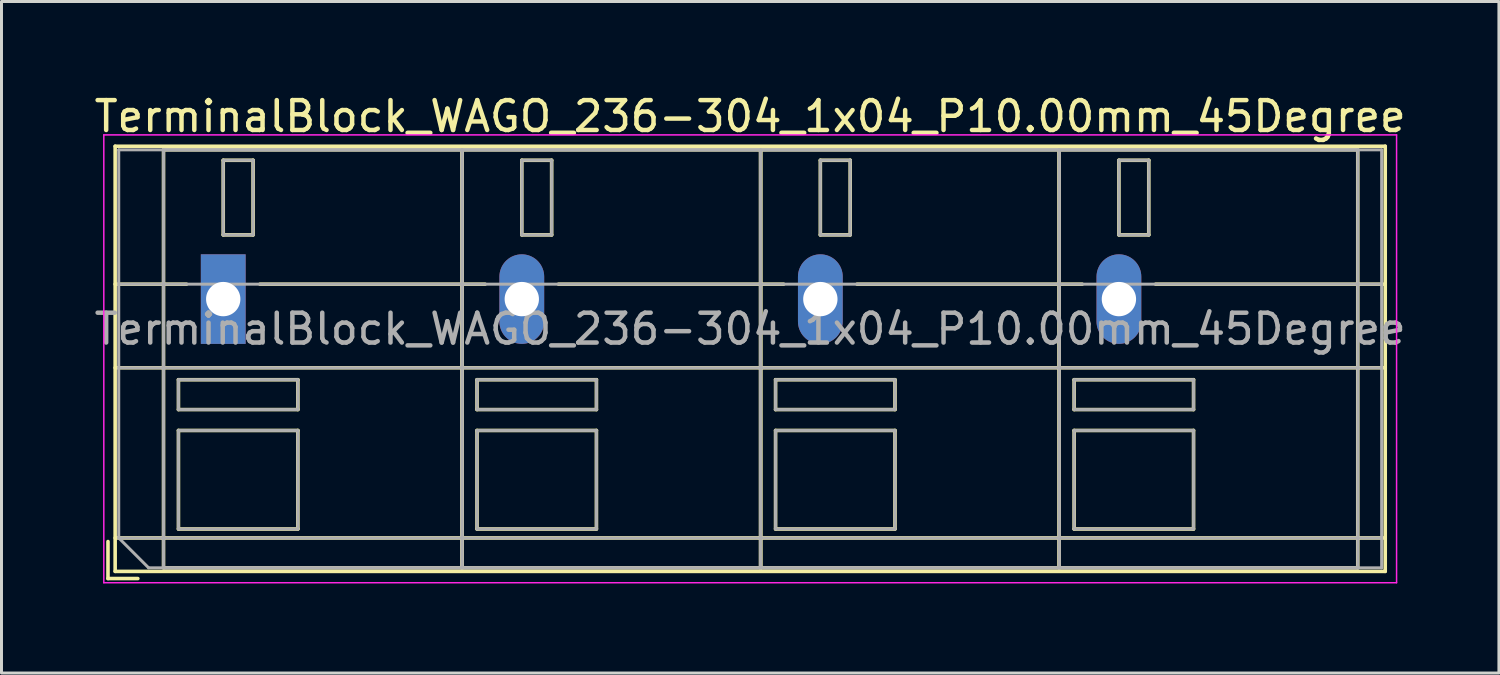
<source format=kicad_pcb>
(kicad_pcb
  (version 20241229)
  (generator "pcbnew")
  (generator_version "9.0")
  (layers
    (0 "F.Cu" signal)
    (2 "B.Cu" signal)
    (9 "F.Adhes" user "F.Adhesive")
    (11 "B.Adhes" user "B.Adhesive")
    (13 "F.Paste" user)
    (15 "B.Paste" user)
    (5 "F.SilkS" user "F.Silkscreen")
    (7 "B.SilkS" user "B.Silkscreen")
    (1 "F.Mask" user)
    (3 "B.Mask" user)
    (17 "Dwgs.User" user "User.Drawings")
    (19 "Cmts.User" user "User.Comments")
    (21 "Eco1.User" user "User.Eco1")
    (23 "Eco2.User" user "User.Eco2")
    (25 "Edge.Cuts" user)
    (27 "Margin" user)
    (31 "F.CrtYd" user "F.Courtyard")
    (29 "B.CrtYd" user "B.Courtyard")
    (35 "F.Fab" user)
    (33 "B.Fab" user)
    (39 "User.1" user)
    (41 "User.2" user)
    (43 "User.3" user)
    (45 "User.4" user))
  (footprint "TerminalBlock_WAGO_236-304_1x04_P10.00mm_45Degree"
    (layer "F.Cu")
    (at 4.427 6.968)
    (property "Reference" "TerminalBlock_WAGO_236-304_1x04_P10.00mm_45Degree" (at 17.65 -6.12 0) (layer "F.SilkS") (effects (font (size 1 1) (thickness 0.15))))
    (attr through_hole)
    (fp_line (start -3.86 8.12) (end -3.86 9.36) (stroke (width 0.12) (type solid)) (layer "F.SilkS"))
    (fp_line (start -3.86 9.36) (end -2.86 9.36) (stroke (width 0.12) (type solid)) (layer "F.SilkS"))
    (fp_line (start -3.62 -5.12) (end -3.62 9.12) (stroke (width 0.12) (type solid)) (layer "F.SilkS"))
    (fp_line (start -3.62 -5.12) (end 38.92 -5.12) (stroke (width 0.12) (type solid)) (layer "F.SilkS"))
    (fp_line (start -3.62 -0.5) (end -1.23 -0.5) (stroke (width 0.12) (type solid)) (layer "F.SilkS"))
    (fp_line (start -3.62 2.3) (end 38.92 2.3) (stroke (width 0.12) (type solid)) (layer "F.SilkS"))
    (fp_line (start -3.62 8) (end 38.92 8) (stroke (width 0.12) (type solid)) (layer "F.SilkS"))
    (fp_line (start -3.62 9.12) (end 38.92 9.12) (stroke (width 0.12) (type solid)) (layer "F.SilkS"))
    (fp_line (start -2 -5) (end -2 9) (stroke (width 0.12) (type solid)) (layer "F.SilkS"))
    (fp_line (start -2 -5) (end 8 -5) (stroke (width 0.12) (type solid)) (layer "F.SilkS"))
    (fp_line (start -2 9) (end 8 9) (stroke (width 0.12) (type solid)) (layer "F.SilkS"))
    (fp_line (start -1.5 2.7) (end -1.5 3.7) (stroke (width 0.12) (type solid)) (layer "F.SilkS"))
    (fp_line (start -1.5 2.7) (end 2.5 2.7) (stroke (width 0.12) (type solid)) (layer "F.SilkS"))
    (fp_line (start -1.5 3.7) (end 2.5 3.7) (stroke (width 0.12) (type solid)) (layer "F.SilkS"))
    (fp_line (start -1.5 4.4) (end -1.5 7.7) (stroke (width 0.12) (type solid)) (layer "F.SilkS"))
    (fp_line (start -1.5 4.4) (end 2.5 4.4) (stroke (width 0.12) (type solid)) (layer "F.SilkS"))
    (fp_line (start -1.5 7.7) (end 2.5 7.7) (stroke (width 0.12) (type solid)) (layer "F.SilkS"))
    (fp_line (start 0 -4.65) (end 0 -2.151) (stroke (width 0.12) (type solid)) (layer "F.SilkS"))
    (fp_line (start 0 -4.65) (end 1 -4.65) (stroke (width 0.12) (type solid)) (layer "F.SilkS"))
    (fp_line (start 0 -2.151) (end 1 -2.151) (stroke (width 0.12) (type solid)) (layer "F.SilkS"))
    (fp_line (start 1 -4.65) (end 1 -2.151) (stroke (width 0.12) (type solid)) (layer "F.SilkS"))
    (fp_line (start 1.23 -0.5) (end 8.77 -0.5) (stroke (width 0.12) (type solid)) (layer "F.SilkS"))
    (fp_line (start 2.5 2.7) (end 2.5 3.7) (stroke (width 0.12) (type solid)) (layer "F.SilkS"))
    (fp_line (start 2.5 4.4) (end 2.5 7.7) (stroke (width 0.12) (type solid)) (layer "F.SilkS"))
    (fp_line (start 8 -5) (end 8 9) (stroke (width 0.12) (type solid)) (layer "F.SilkS"))
    (fp_line (start 8 -5) (end 8 9) (stroke (width 0.12) (type solid)) (layer "F.SilkS"))
    (fp_line (start 8 -5) (end 18 -5) (stroke (width 0.12) (type solid)) (layer "F.SilkS"))
    (fp_line (start 8 9) (end 18 9) (stroke (width 0.12) (type solid)) (layer "F.SilkS"))
    (fp_line (start 8.5 2.7) (end 8.5 3.7) (stroke (width 0.12) (type solid)) (layer "F.SilkS"))
    (fp_line (start 8.5 2.7) (end 12.5 2.7) (stroke (width 0.12) (type solid)) (layer "F.SilkS"))
    (fp_line (start 8.5 3.7) (end 12.5 3.7) (stroke (width 0.12) (type solid)) (layer "F.SilkS"))
    (fp_line (start 8.5 4.4) (end 8.5 7.7) (stroke (width 0.12) (type solid)) (layer "F.SilkS"))
    (fp_line (start 8.5 4.4) (end 12.5 4.4) (stroke (width 0.12) (type solid)) (layer "F.SilkS"))
    (fp_line (start 8.5 7.7) (end 12.5 7.7) (stroke (width 0.12) (type solid)) (layer "F.SilkS"))
    (fp_line (start 10 -4.65) (end 10 -2.151) (stroke (width 0.12) (type solid)) (layer "F.SilkS"))
    (fp_line (start 10 -4.65) (end 11 -4.65) (stroke (width 0.12) (type solid)) (layer "F.SilkS"))
    (fp_line (start 10 -2.151) (end 11 -2.151) (stroke (width 0.12) (type solid)) (layer "F.SilkS"))
    (fp_line (start 11 -4.65) (end 11 -2.151) (stroke (width 0.12) (type solid)) (layer "F.SilkS"))
    (fp_line (start 11.23 -0.5) (end 18.77 -0.5) (stroke (width 0.12) (type solid)) (layer "F.SilkS"))
    (fp_line (start 12.5 2.7) (end 12.5 3.7) (stroke (width 0.12) (type solid)) (layer "F.SilkS"))
    (fp_line (start 12.5 4.4) (end 12.5 7.7) (stroke (width 0.12) (type solid)) (layer "F.SilkS"))
    (fp_line (start 18 -5) (end 18 9) (stroke (width 0.12) (type solid)) (layer "F.SilkS"))
    (fp_line (start 18 -5) (end 18 9) (stroke (width 0.12) (type solid)) (layer "F.SilkS"))
    (fp_line (start 18 -5) (end 28 -5) (stroke (width 0.12) (type solid)) (layer "F.SilkS"))
    (fp_line (start 18 9) (end 28 9) (stroke (width 0.12) (type solid)) (layer "F.SilkS"))
    (fp_line (start 18.5 2.7) (end 18.5 3.7) (stroke (width 0.12) (type solid)) (layer "F.SilkS"))
    (fp_line (start 18.5 2.7) (end 22.5 2.7) (stroke (width 0.12) (type solid)) (layer "F.SilkS"))
    (fp_line (start 18.5 3.7) (end 22.5 3.7) (stroke (width 0.12) (type solid)) (layer "F.SilkS"))
    (fp_line (start 18.5 4.4) (end 18.5 7.7) (stroke (width 0.12) (type solid)) (layer "F.SilkS"))
    (fp_line (start 18.5 4.4) (end 22.5 4.4) (stroke (width 0.12) (type solid)) (layer "F.SilkS"))
    (fp_line (start 18.5 7.7) (end 22.5 7.7) (stroke (width 0.12) (type solid)) (layer "F.SilkS"))
    (fp_line (start 20 -4.65) (end 20 -2.151) (stroke (width 0.12) (type solid)) (layer "F.SilkS"))
    (fp_line (start 20 -4.65) (end 21 -4.65) (stroke (width 0.12) (type solid)) (layer "F.SilkS"))
    (fp_line (start 20 -2.151) (end 21 -2.151) (stroke (width 0.12) (type solid)) (layer "F.SilkS"))
    (fp_line (start 21 -4.65) (end 21 -2.151) (stroke (width 0.12) (type solid)) (layer "F.SilkS"))
    (fp_line (start 21.23 -0.5) (end 28.77 -0.5) (stroke (width 0.12) (type solid)) (layer "F.SilkS"))
    (fp_line (start 22.5 2.7) (end 22.5 3.7) (stroke (width 0.12) (type solid)) (layer "F.SilkS"))
    (fp_line (start 22.5 4.4) (end 22.5 7.7) (stroke (width 0.12) (type solid)) (layer "F.SilkS"))
    (fp_line (start 28 -5) (end 28 9) (stroke (width 0.12) (type solid)) (layer "F.SilkS"))
    (fp_line (start 28 -5) (end 28 9) (stroke (width 0.12) (type solid)) (layer "F.SilkS"))
    (fp_line (start 28 -5) (end 38 -5) (stroke (width 0.12) (type solid)) (layer "F.SilkS"))
    (fp_line (start 28 9) (end 38 9) (stroke (width 0.12) (type solid)) (layer "F.SilkS"))
    (fp_line (start 28.5 2.7) (end 28.5 3.7) (stroke (width 0.12) (type solid)) (layer "F.SilkS"))
    (fp_line (start 28.5 2.7) (end 32.5 2.7) (stroke (width 0.12) (type solid)) (layer "F.SilkS"))
    (fp_line (start 28.5 3.7) (end 32.5 3.7) (stroke (width 0.12) (type solid)) (layer "F.SilkS"))
    (fp_line (start 28.5 4.4) (end 28.5 7.7) (stroke (width 0.12) (type solid)) (layer "F.SilkS"))
    (fp_line (start 28.5 4.4) (end 32.5 4.4) (stroke (width 0.12) (type solid)) (layer "F.SilkS"))
    (fp_line (start 28.5 7.7) (end 32.5 7.7) (stroke (width 0.12) (type solid)) (layer "F.SilkS"))
    (fp_line (start 30 -4.65) (end 30 -2.151) (stroke (width 0.12) (type solid)) (layer "F.SilkS"))
    (fp_line (start 30 -4.65) (end 31 -4.65) (stroke (width 0.12) (type solid)) (layer "F.SilkS"))
    (fp_line (start 30 -2.151) (end 31 -2.151) (stroke (width 0.12) (type solid)) (layer "F.SilkS"))
    (fp_line (start 31 -4.65) (end 31 -2.151) (stroke (width 0.12) (type solid)) (layer "F.SilkS"))
    (fp_line (start 31.23 -0.5) (end 38.92 -0.5) (stroke (width 0.12) (type solid)) (layer "F.SilkS"))
    (fp_line (start 32.5 2.7) (end 32.5 3.7) (stroke (width 0.12) (type solid)) (layer "F.SilkS"))
    (fp_line (start 32.5 4.4) (end 32.5 7.7) (stroke (width 0.12) (type solid)) (layer "F.SilkS"))
    (fp_line (start 38 -5) (end 38 9) (stroke (width 0.12) (type solid)) (layer "F.SilkS"))
    (fp_line (start 38.92 -5.12) (end 38.92 9.12) (stroke (width 0.12) (type solid)) (layer "F.SilkS"))
    (fp_line (start -4 -5.5) (end -4 9.5) (stroke (width 0.05) (type solid)) (layer "F.CrtYd"))
    (fp_line (start -4 9.5) (end 39.3 9.5) (stroke (width 0.05) (type solid)) (layer "F.CrtYd"))
    (fp_line (start 39.3 -5.5) (end -4 -5.5) (stroke (width 0.05) (type solid)) (layer "F.CrtYd"))
    (fp_line (start 39.3 9.5) (end 39.3 -5.5) (stroke (width 0.05) (type solid)) (layer "F.CrtYd"))
    (fp_line (start -3.5 -5) (end 38.8 -5) (stroke (width 0.1) (type solid)) (layer "F.Fab"))
    (fp_line (start -3.5 -0.5) (end 38.8 -0.5) (stroke (width 0.1) (type solid)) (layer "F.Fab"))
    (fp_line (start -3.5 2.3) (end 38.8 2.3) (stroke (width 0.1) (type solid)) (layer "F.Fab"))
    (fp_line (start -3.5 8) (end -3.5 -5) (stroke (width 0.1) (type solid)) (layer "F.Fab"))
    (fp_line (start -3.5 8) (end 38.8 8) (stroke (width 0.1) (type solid)) (layer "F.Fab"))
    (fp_line (start -2.5 9) (end -3.5 8) (stroke (width 0.1) (type solid)) (layer "F.Fab"))
    (fp_line (start -2 -5) (end -2 9) (stroke (width 0.1) (type solid)) (layer "F.Fab"))
    (fp_line (start -2 9) (end 8 9) (stroke (width 0.1) (type solid)) (layer "F.Fab"))
    (fp_line (start -1.5 2.7) (end -1.5 3.7) (stroke (width 0.1) (type solid)) (layer "F.Fab"))
    (fp_line (start -1.5 3.7) (end 2.5 3.7) (stroke (width 0.1) (type solid)) (layer "F.Fab"))
    (fp_line (start -1.5 4.4) (end -1.5 7.7) (stroke (width 0.1) (type solid)) (layer "F.Fab"))
    (fp_line (start -1.5 7.7) (end 2.5 7.7) (stroke (width 0.1) (type solid)) (layer "F.Fab"))
    (fp_line (start 0 -4.65) (end 0 -2.15) (stroke (width 0.1) (type solid)) (layer "F.Fab"))
    (fp_line (start 0 -2.15) (end 1 -2.15) (stroke (width 0.1) (type solid)) (layer "F.Fab"))
    (fp_line (start 1 -4.65) (end 0 -4.65) (stroke (width 0.1) (type solid)) (layer "F.Fab"))
    (fp_line (start 1 -2.15) (end 1 -4.65) (stroke (width 0.1) (type solid)) (layer "F.Fab"))
    (fp_line (start 2.5 2.7) (end -1.5 2.7) (stroke (width 0.1) (type solid)) (layer "F.Fab"))
    (fp_line (start 2.5 3.7) (end 2.5 2.7) (stroke (width 0.1) (type solid)) (layer "F.Fab"))
    (fp_line (start 2.5 4.4) (end -1.5 4.4) (stroke (width 0.1) (type solid)) (layer "F.Fab"))
    (fp_line (start 2.5 7.7) (end 2.5 4.4) (stroke (width 0.1) (type solid)) (layer "F.Fab"))
    (fp_line (start 8 -5) (end -2 -5) (stroke (width 0.1) (type solid)) (layer "F.Fab"))
    (fp_line (start 8 -5) (end 8 9) (stroke (width 0.1) (type solid)) (layer "F.Fab"))
    (fp_line (start 8 9) (end 8 -5) (stroke (width 0.1) (type solid)) (layer "F.Fab"))
    (fp_line (start 8 9) (end 18 9) (stroke (width 0.1) (type solid)) (layer "F.Fab"))
    (fp_line (start 8.5 2.7) (end 8.5 3.7) (stroke (width 0.1) (type solid)) (layer "F.Fab"))
    (fp_line (start 8.5 3.7) (end 12.5 3.7) (stroke (width 0.1) (type solid)) (layer "F.Fab"))
    (fp_line (start 8.5 4.4) (end 8.5 7.7) (stroke (width 0.1) (type solid)) (layer "F.Fab"))
    (fp_line (start 8.5 7.7) (end 12.5 7.7) (stroke (width 0.1) (type solid)) (layer "F.Fab"))
    (fp_line (start 10 -4.65) (end 10 -2.15) (stroke (width 0.1) (type solid)) (layer "F.Fab"))
    (fp_line (start 10 -2.15) (end 11 -2.15) (stroke (width 0.1) (type solid)) (layer "F.Fab"))
    (fp_line (start 11 -4.65) (end 10 -4.65) (stroke (width 0.1) (type solid)) (layer "F.Fab"))
    (fp_line (start 11 -2.15) (end 11 -4.65) (stroke (width 0.1) (type solid)) (layer "F.Fab"))
    (fp_line (start 12.5 2.7) (end 8.5 2.7) (stroke (width 0.1) (type solid)) (layer "F.Fab"))
    (fp_line (start 12.5 3.7) (end 12.5 2.7) (stroke (width 0.1) (type solid)) (layer "F.Fab"))
    (fp_line (start 12.5 4.4) (end 8.5 4.4) (stroke (width 0.1) (type solid)) (layer "F.Fab"))
    (fp_line (start 12.5 7.7) (end 12.5 4.4) (stroke (width 0.1) (type solid)) (layer "F.Fab"))
    (fp_line (start 18 -5) (end 8 -5) (stroke (width 0.1) (type solid)) (layer "F.Fab"))
    (fp_line (start 18 -5) (end 18 9) (stroke (width 0.1) (type solid)) (layer "F.Fab"))
    (fp_line (start 18 9) (end 18 -5) (stroke (width 0.1) (type solid)) (layer "F.Fab"))
    (fp_line (start 18 9) (end 28 9) (stroke (width 0.1) (type solid)) (layer "F.Fab"))
    (fp_line (start 18.5 2.7) (end 18.5 3.7) (stroke (width 0.1) (type solid)) (layer "F.Fab"))
    (fp_line (start 18.5 3.7) (end 22.5 3.7) (stroke (width 0.1) (type solid)) (layer "F.Fab"))
    (fp_line (start 18.5 4.4) (end 18.5 7.7) (stroke (width 0.1) (type solid)) (layer "F.Fab"))
    (fp_line (start 18.5 7.7) (end 22.5 7.7) (stroke (width 0.1) (type solid)) (layer "F.Fab"))
    (fp_line (start 20 -4.65) (end 20 -2.15) (stroke (width 0.1) (type solid)) (layer "F.Fab"))
    (fp_line (start 20 -2.15) (end 21 -2.15) (stroke (width 0.1) (type solid)) (layer "F.Fab"))
    (fp_line (start 21 -4.65) (end 20 -4.65) (stroke (width 0.1) (type solid)) (layer "F.Fab"))
    (fp_line (start 21 -2.15) (end 21 -4.65) (stroke (width 0.1) (type solid)) (layer "F.Fab"))
    (fp_line (start 22.5 2.7) (end 18.5 2.7) (stroke (width 0.1) (type solid)) (layer "F.Fab"))
    (fp_line (start 22.5 3.7) (end 22.5 2.7) (stroke (width 0.1) (type solid)) (layer "F.Fab"))
    (fp_line (start 22.5 4.4) (end 18.5 4.4) (stroke (width 0.1) (type solid)) (layer "F.Fab"))
    (fp_line (start 22.5 7.7) (end 22.5 4.4) (stroke (width 0.1) (type solid)) (layer "F.Fab"))
    (fp_line (start 28 -5) (end 18 -5) (stroke (width 0.1) (type solid)) (layer "F.Fab"))
    (fp_line (start 28 -5) (end 28 9) (stroke (width 0.1) (type solid)) (layer "F.Fab"))
    (fp_line (start 28 9) (end 28 -5) (stroke (width 0.1) (type solid)) (layer "F.Fab"))
    (fp_line (start 28 9) (end 38 9) (stroke (width 0.1) (type solid)) (layer "F.Fab"))
    (fp_line (start 28.5 2.7) (end 28.5 3.7) (stroke (width 0.1) (type solid)) (layer "F.Fab"))
    (fp_line (start 28.5 3.7) (end 32.5 3.7) (stroke (width 0.1) (type solid)) (layer "F.Fab"))
    (fp_line (start 28.5 4.4) (end 28.5 7.7) (stroke (width 0.1) (type solid)) (layer "F.Fab"))
    (fp_line (start 28.5 7.7) (end 32.5 7.7) (stroke (width 0.1) (type solid)) (layer "F.Fab"))
    (fp_line (start 30 -4.65) (end 30 -2.15) (stroke (width 0.1) (type solid)) (layer "F.Fab"))
    (fp_line (start 30 -2.15) (end 31 -2.15) (stroke (width 0.1) (type solid)) (layer "F.Fab"))
    (fp_line (start 31 -4.65) (end 30 -4.65) (stroke (width 0.1) (type solid)) (layer "F.Fab"))
    (fp_line (start 31 -2.15) (end 31 -4.65) (stroke (width 0.1) (type solid)) (layer "F.Fab"))
    (fp_line (start 32.5 2.7) (end 28.5 2.7) (stroke (width 0.1) (type solid)) (layer "F.Fab"))
    (fp_line (start 32.5 3.7) (end 32.5 2.7) (stroke (width 0.1) (type solid)) (layer "F.Fab"))
    (fp_line (start 32.5 4.4) (end 28.5 4.4) (stroke (width 0.1) (type solid)) (layer "F.Fab"))
    (fp_line (start 32.5 7.7) (end 32.5 4.4) (stroke (width 0.1) (type solid)) (layer "F.Fab"))
    (fp_line (start 38 -5) (end 28 -5) (stroke (width 0.1) (type solid)) (layer "F.Fab"))
    (fp_line (start 38 9) (end 38 -5) (stroke (width 0.1) (type solid)) (layer "F.Fab"))
    (fp_line (start 38.8 -5) (end 38.8 9) (stroke (width 0.1) (type solid)) (layer "F.Fab"))
    (fp_line (start 38.8 9) (end -2.5 9) (stroke (width 0.1) (type solid)) (layer "F.Fab"))
    (fp_text user "${REFERENCE}" (at 17.65 1 0) (layer "F.Fab") (effects (font (size 1 1) (thickness 0.15))))
    (pad "1" thru_hole rect (at 0 0) (size 1.5 3) (drill 1.15) (layers "*.Cu" "*.Mask"))
    (pad "2" thru_hole oval (at 10 0) (size 1.5 3) (drill 1.15) (layers "*.Cu" "*.Mask"))
    (pad "3" thru_hole oval (at 20 0) (size 1.5 3) (drill 1.15) (layers "*.Cu" "*.Mask"))
    (pad "4" thru_hole oval (at 30 0) (size 1.5 3) (drill 1.15) (layers "*.Cu" "*.Mask")))
  (gr_rect
    (start -3 -3)
    (end 47.155 19.493)
    (stroke (width 0.1) (type default))
    (fill no)
    (layer "Edge.Cuts")))
</source>
